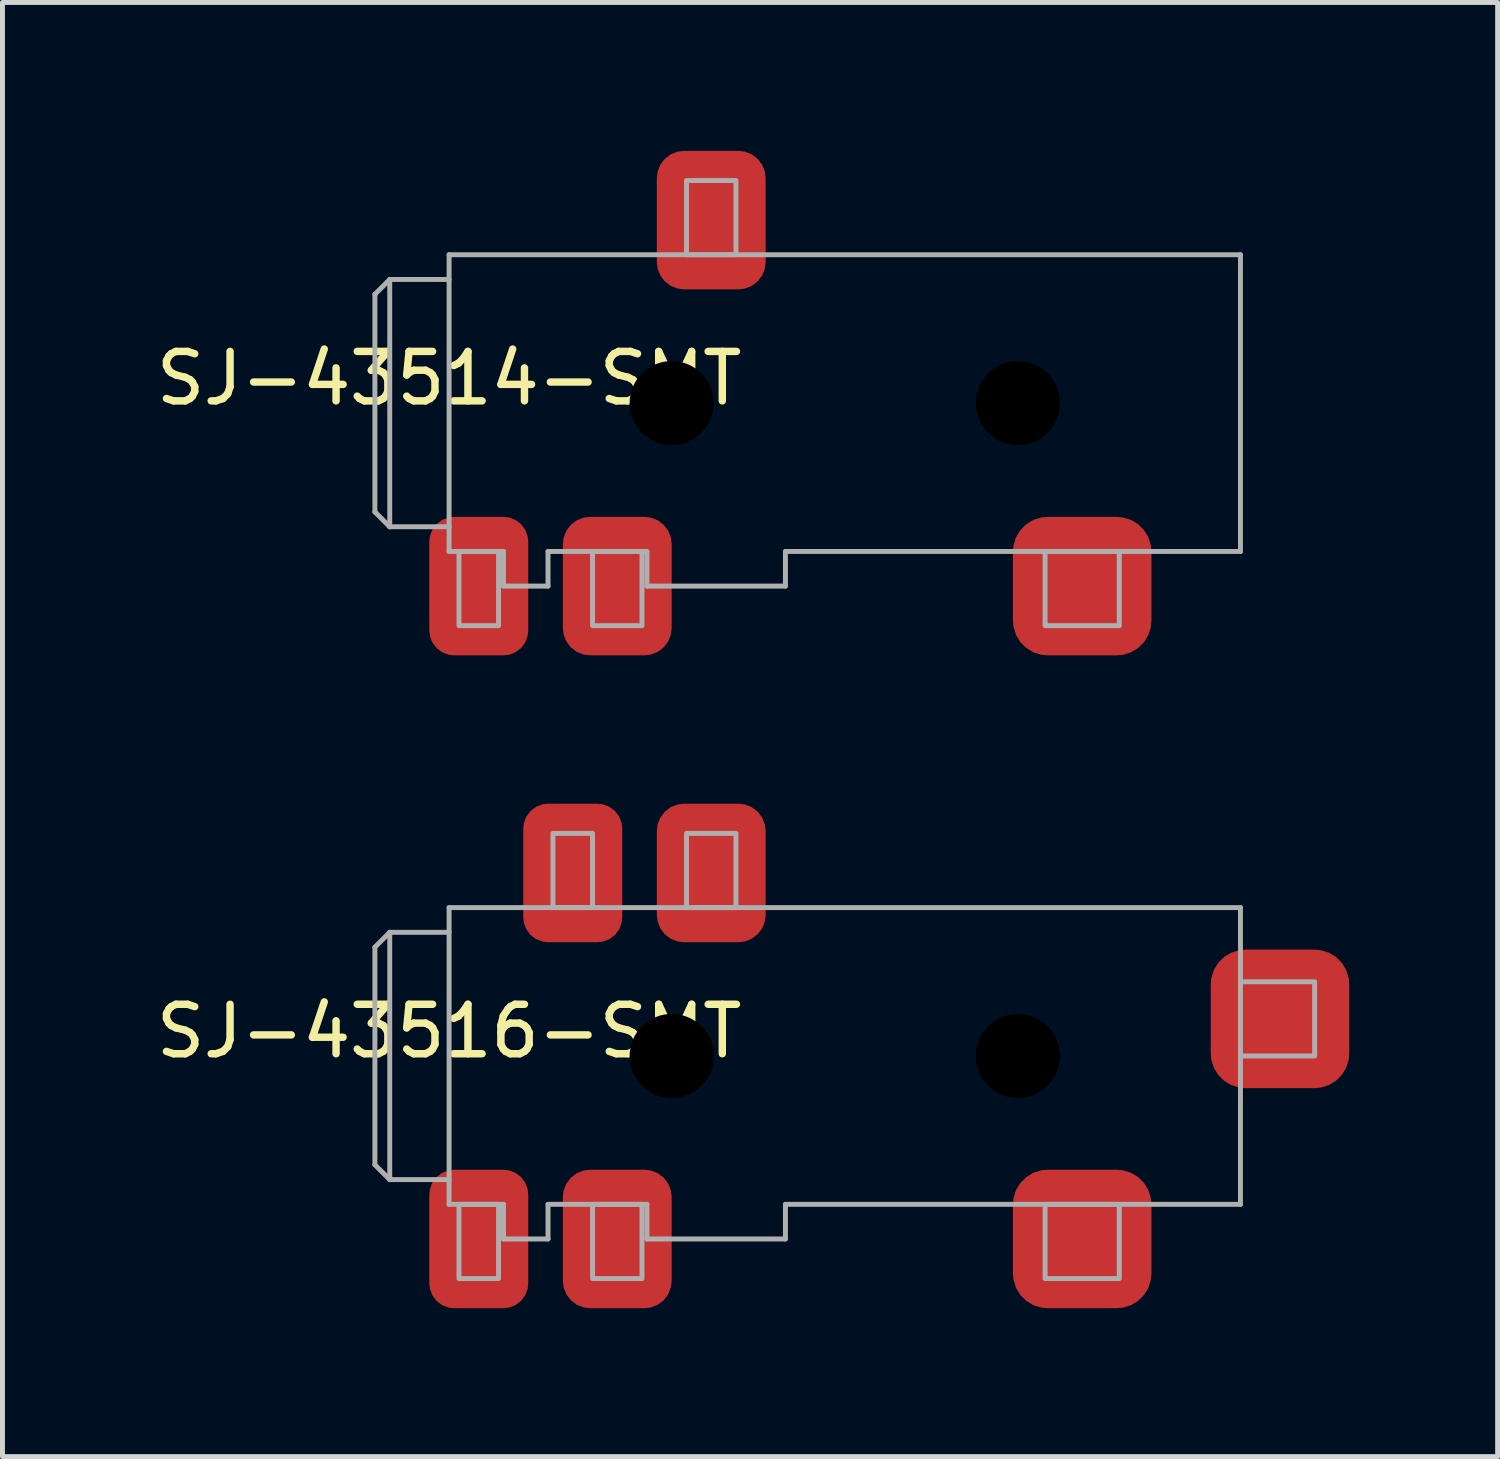
<source format=kicad_pcb>
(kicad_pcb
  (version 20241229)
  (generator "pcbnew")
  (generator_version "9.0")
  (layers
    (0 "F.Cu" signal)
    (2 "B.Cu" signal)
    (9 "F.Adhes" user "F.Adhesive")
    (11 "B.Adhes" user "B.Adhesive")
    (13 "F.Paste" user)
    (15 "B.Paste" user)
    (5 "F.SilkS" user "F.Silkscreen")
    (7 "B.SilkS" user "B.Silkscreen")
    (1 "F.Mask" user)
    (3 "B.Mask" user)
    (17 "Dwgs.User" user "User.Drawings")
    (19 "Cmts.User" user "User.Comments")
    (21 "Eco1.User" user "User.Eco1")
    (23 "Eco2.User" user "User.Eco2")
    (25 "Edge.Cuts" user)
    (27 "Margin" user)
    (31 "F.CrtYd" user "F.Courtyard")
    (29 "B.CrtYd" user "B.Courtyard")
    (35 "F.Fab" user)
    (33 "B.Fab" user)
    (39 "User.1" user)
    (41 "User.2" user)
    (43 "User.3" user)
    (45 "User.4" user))
  (footprint "SJ-43516-SMT"
    (layer "F.Cu")
    (at 6.03 18.3)
    (property "Reference" "SJ-43516-SMT" (at 0 -0.5 0) (unlocked yes) (layer "F.SilkS") (effects (font (size 1 1) (thickness 0.15))))
    (attr smd)
    (fp_line (start -1.5 -2.2) (end -1.5 2.2) (stroke (width 0.1) (type solid)) (layer "F.Fab"))
    (fp_line (start -1.2 -2.5) (end -1.5 -2.2) (stroke (width 0.1) (type solid)) (layer "F.Fab"))
    (fp_line (start -1.2 -2.5) (end -1.2 2.5) (stroke (width 0.1) (type solid)) (layer "F.Fab"))
    (fp_line (start -1.2 2.5) (end -1.5 2.2) (stroke (width 0.1) (type solid)) (layer "F.Fab"))
    (fp_line (start -1.2 2.5) (end 0 2.5) (stroke (width 0.1) (type solid)) (layer "F.Fab"))
    (fp_line (start 0 -3) (end 0 3) (stroke (width 0.1) (type solid)) (layer "F.Fab"))
    (fp_line (start 0 -3) (end 16 -3) (stroke (width 0.1) (type solid)) (layer "F.Fab"))
    (fp_line (start 0 -2.5) (end -1.2 -2.5) (stroke (width 0.1) (type solid)) (layer "F.Fab"))
    (fp_line (start 1.1 3) (end 0 3) (stroke (width 0.1) (type solid)) (layer "F.Fab"))
    (fp_line (start 1.1 3.7) (end 1.1 3) (stroke (width 0.1) (type solid)) (layer "F.Fab"))
    (fp_line (start 2 3.7) (end 1.1 3.7) (stroke (width 0.1) (type solid)) (layer "F.Fab"))
    (fp_line (start 2 3.7) (end 2 3) (stroke (width 0.1) (type solid)) (layer "F.Fab"))
    (fp_line (start 4 3) (end 2 3) (stroke (width 0.1) (type solid)) (layer "F.Fab"))
    (fp_line (start 4 3.7) (end 4 3) (stroke (width 0.1) (type solid)) (layer "F.Fab"))
    (fp_line (start 6.8 3) (end 6.8 3.7) (stroke (width 0.1) (type solid)) (layer "F.Fab"))
    (fp_line (start 6.8 3.7) (end 4 3.7) (stroke (width 0.1) (type solid)) (layer "F.Fab"))
    (fp_line (start 16 -3) (end 16 3) (stroke (width 0.1) (type solid)) (layer "F.Fab"))
    (fp_line (start 16 3) (end 6.8 3) (stroke (width 0.1) (type solid)) (layer "F.Fab"))
    (fp_rect (start 0.2 3) (end 1 4.5) (stroke (width 0.1) (type solid)) (fill no) (layer "F.Fab"))
    (fp_rect (start 2.1 -4.5) (end 2.9 -3) (stroke (width 0.1) (type solid)) (fill no) (layer "F.Fab"))
    (fp_rect (start 2.9 3) (end 3.9 4.5) (stroke (width 0.1) (type solid)) (fill no) (layer "F.Fab"))
    (fp_rect (start 4.8 -4.5) (end 5.8 -3) (stroke (width 0.1) (type solid)) (fill no) (layer "F.Fab"))
    (fp_rect (start 12.05 3) (end 13.55 4.5) (stroke (width 0.1) (type solid)) (fill no) (layer "F.Fab"))
    (fp_rect (start 16 -1.5) (end 17.5 0) (stroke (width 0.1) (type solid)) (fill no) (layer "F.Fab"))
    (pad "" np_thru_hole circle (at 4.5 0) (size 1.7 1.7) (drill 1.7) (layers "*.Mask"))
    (pad "" np_thru_hole circle (at 11.5 0) (size 1.7 1.7) (drill 1.7) (layers "*.Mask"))
    (pad "1" smd roundrect (at 0.6 3.7) (size 2 2.8) (layers "F.Cu" "F.Mask" "F.Paste") (roundrect_rratio 0.25))
    (pad "2" smd roundrect (at 12.8 3.7) (size 2.8 2.8) (layers "F.Cu" "F.Mask" "F.Paste") (roundrect_rratio 0.25))
    (pad "3" smd roundrect (at 5.3 -3.7) (size 2.2 2.8) (layers "F.Cu" "F.Mask" "F.Paste") (roundrect_rratio 0.25))
    (pad "4" smd roundrect (at 3.4 3.7) (size 2.2 2.8) (layers "F.Cu" "F.Mask" "F.Paste") (roundrect_rratio 0.25))
    (pad "5" smd roundrect (at 16.8 -0.75) (size 2.8 2.8) (layers "F.Cu" "F.Mask" "F.Paste") (roundrect_rratio 0.25))
    (pad "6" smd roundrect (at 2.5 -3.7) (size 2 2.8) (layers "F.Cu" "F.Mask" "F.Paste") (roundrect_rratio 0.25)))
  (footprint "SJ-43514-SMT"
    (layer "F.Cu")
    (at 6.03 5.1)
    (property "Reference" "SJ-43514-SMT" (at 0 -0.5 0) (unlocked yes) (layer "F.SilkS") (effects (font (size 1 1) (thickness 0.15))))
    (attr smd)
    (fp_line (start -1.5 -2.2) (end -1.5 2.2) (stroke (width 0.1) (type solid)) (layer "F.Fab"))
    (fp_line (start -1.2 -2.5) (end -1.5 -2.2) (stroke (width 0.1) (type solid)) (layer "F.Fab"))
    (fp_line (start -1.2 -2.5) (end -1.2 2.5) (stroke (width 0.1) (type solid)) (layer "F.Fab"))
    (fp_line (start -1.2 2.5) (end -1.5 2.2) (stroke (width 0.1) (type solid)) (layer "F.Fab"))
    (fp_line (start -1.2 2.5) (end 0 2.5) (stroke (width 0.1) (type solid)) (layer "F.Fab"))
    (fp_line (start 0 -3) (end 0 3) (stroke (width 0.1) (type solid)) (layer "F.Fab"))
    (fp_line (start 0 -3) (end 16 -3) (stroke (width 0.1) (type solid)) (layer "F.Fab"))
    (fp_line (start 0 -2.5) (end -1.2 -2.5) (stroke (width 0.1) (type solid)) (layer "F.Fab"))
    (fp_line (start 1.1 3) (end 0 3) (stroke (width 0.1) (type solid)) (layer "F.Fab"))
    (fp_line (start 1.1 3.7) (end 1.1 3) (stroke (width 0.1) (type solid)) (layer "F.Fab"))
    (fp_line (start 2 3.7) (end 1.1 3.7) (stroke (width 0.1) (type solid)) (layer "F.Fab"))
    (fp_line (start 2 3.7) (end 2 3) (stroke (width 0.1) (type solid)) (layer "F.Fab"))
    (fp_line (start 4 3) (end 2 3) (stroke (width 0.1) (type solid)) (layer "F.Fab"))
    (fp_line (start 4 3.7) (end 4 3) (stroke (width 0.1) (type solid)) (layer "F.Fab"))
    (fp_line (start 6.8 3) (end 6.8 3.7) (stroke (width 0.1) (type solid)) (layer "F.Fab"))
    (fp_line (start 6.8 3.7) (end 4 3.7) (stroke (width 0.1) (type solid)) (layer "F.Fab"))
    (fp_line (start 16 -3) (end 16 3) (stroke (width 0.1) (type solid)) (layer "F.Fab"))
    (fp_line (start 16 3) (end 6.8 3) (stroke (width 0.1) (type solid)) (layer "F.Fab"))
    (fp_rect (start 0.2 3) (end 1 4.5) (stroke (width 0.1) (type solid)) (fill no) (layer "F.Fab"))
    (fp_rect (start 2.9 3) (end 3.9 4.5) (stroke (width 0.1) (type solid)) (fill no) (layer "F.Fab"))
    (fp_rect (start 4.8 -4.5) (end 5.8 -3) (stroke (width 0.1) (type solid)) (fill no) (layer "F.Fab"))
    (fp_rect (start 12.05 3) (end 13.55 4.5) (stroke (width 0.1) (type solid)) (fill no) (layer "F.Fab"))
    (pad "" np_thru_hole circle (at 4.5 0) (size 1.7 1.7) (drill 1.7) (layers "*.Mask"))
    (pad "" np_thru_hole circle (at 11.5 0) (size 1.7 1.7) (drill 1.7) (layers "*.Mask"))
    (pad "1" smd roundrect (at 0.6 3.7) (size 2 2.8) (layers "F.Cu" "F.Mask" "F.Paste") (roundrect_rratio 0.25))
    (pad "2" smd roundrect (at 12.8 3.7) (size 2.8 2.8) (layers "F.Cu" "F.Mask" "F.Paste") (roundrect_rratio 0.25))
    (pad "3" smd roundrect (at 5.3 -3.7) (size 2.2 2.8) (layers "F.Cu" "F.Mask" "F.Paste") (roundrect_rratio 0.25))
    (pad "4" smd roundrect (at 3.4 3.7) (size 2.2 2.8) (layers "F.Cu" "F.Mask" "F.Paste") (roundrect_rratio 0.25)))
  (gr_rect
    (start -3 -3)
    (end 27.23 26.4)
    (stroke (width 0.1) (type default))
    (fill no)
    (layer "Edge.Cuts")))
</source>
